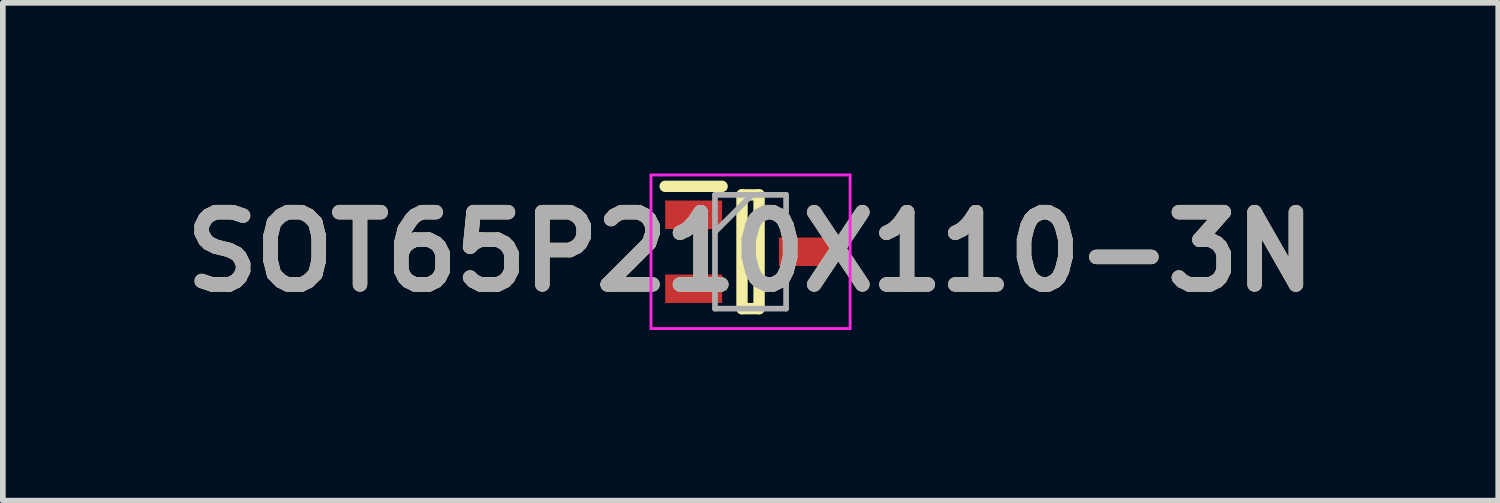
<source format=kicad_pcb>
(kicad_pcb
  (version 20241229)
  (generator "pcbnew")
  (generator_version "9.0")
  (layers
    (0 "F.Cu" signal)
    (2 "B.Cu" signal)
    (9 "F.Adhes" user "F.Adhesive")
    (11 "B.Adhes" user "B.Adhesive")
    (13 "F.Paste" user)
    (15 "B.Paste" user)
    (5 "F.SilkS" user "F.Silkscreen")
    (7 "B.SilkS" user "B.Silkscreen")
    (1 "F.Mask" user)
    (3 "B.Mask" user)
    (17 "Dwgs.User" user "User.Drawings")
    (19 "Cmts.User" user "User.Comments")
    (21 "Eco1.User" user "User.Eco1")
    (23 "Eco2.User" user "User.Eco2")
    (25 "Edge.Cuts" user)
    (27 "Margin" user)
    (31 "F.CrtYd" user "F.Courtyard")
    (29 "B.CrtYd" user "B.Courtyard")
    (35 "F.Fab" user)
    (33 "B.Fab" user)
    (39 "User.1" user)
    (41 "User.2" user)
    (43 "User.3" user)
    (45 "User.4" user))
  (footprint "SOT65P210X110-3N"
    (layer "F.Cu")
    (at 10.142 1.375)
    (property "Reference" "SOT65P210X110-3N" (at 0 0 0) (layer "F.SilkS") (effects (font (size 1.27 1.27) (thickness 0.254))))
    (attr smd)
    (fp_line (start -1.5 -1.15) (end -0.5 -1.15) (stroke (width 0.2) (type solid)) (layer "F.SilkS"))
    (fp_line (start -0.15 -1) (end 0.15 -1) (stroke (width 0.2) (type solid)) (layer "F.SilkS"))
    (fp_line (start -0.15 1) (end -0.15 -1) (stroke (width 0.2) (type solid)) (layer "F.SilkS"))
    (fp_line (start 0.15 -1) (end 0.15 1) (stroke (width 0.2) (type solid)) (layer "F.SilkS"))
    (fp_line (start 0.15 1) (end -0.15 1) (stroke (width 0.2) (type solid)) (layer "F.SilkS"))
    (fp_line (start -1.75 -1.35) (end 1.75 -1.35) (stroke (width 0.05) (type solid)) (layer "F.CrtYd"))
    (fp_line (start -1.75 1.35) (end -1.75 -1.35) (stroke (width 0.05) (type solid)) (layer "F.CrtYd"))
    (fp_line (start 1.75 -1.35) (end 1.75 1.35) (stroke (width 0.05) (type solid)) (layer "F.CrtYd"))
    (fp_line (start 1.75 1.35) (end -1.75 1.35) (stroke (width 0.05) (type solid)) (layer "F.CrtYd"))
    (fp_line (start -0.625 -1) (end 0.625 -1) (stroke (width 0.1) (type solid)) (layer "F.Fab"))
    (fp_line (start -0.625 -0.35) (end 0.025 -1) (stroke (width 0.1) (type solid)) (layer "F.Fab"))
    (fp_line (start -0.625 1) (end -0.625 -1) (stroke (width 0.1) (type solid)) (layer "F.Fab"))
    (fp_line (start 0.625 -1) (end 0.625 1) (stroke (width 0.1) (type solid)) (layer "F.Fab"))
    (fp_line (start 0.625 1) (end -0.625 1) (stroke (width 0.1) (type solid)) (layer "F.Fab"))
    (fp_text user "${REFERENCE}" (at 0 0 0) (layer "F.Fab") (effects (font (size 1.27 1.27) (thickness 0.254))))
    (pad "1" smd rect (at -1 -0.65 90) (size 0.5 1) (layers "F.Cu" "F.Mask" "F.Paste"))
    (pad "2" smd rect (at -1 0.65 90) (size 0.5 1) (layers "F.Cu" "F.Mask" "F.Paste"))
    (pad "3" smd rect (at 1 0 90) (size 0.5 1) (layers "F.Cu" "F.Mask" "F.Paste")))
  (gr_rect
    (start -3 -3)
    (end 23.284 5.75)
    (stroke (width 0.1) (type default))
    (fill no)
    (layer "Edge.Cuts")))
</source>
